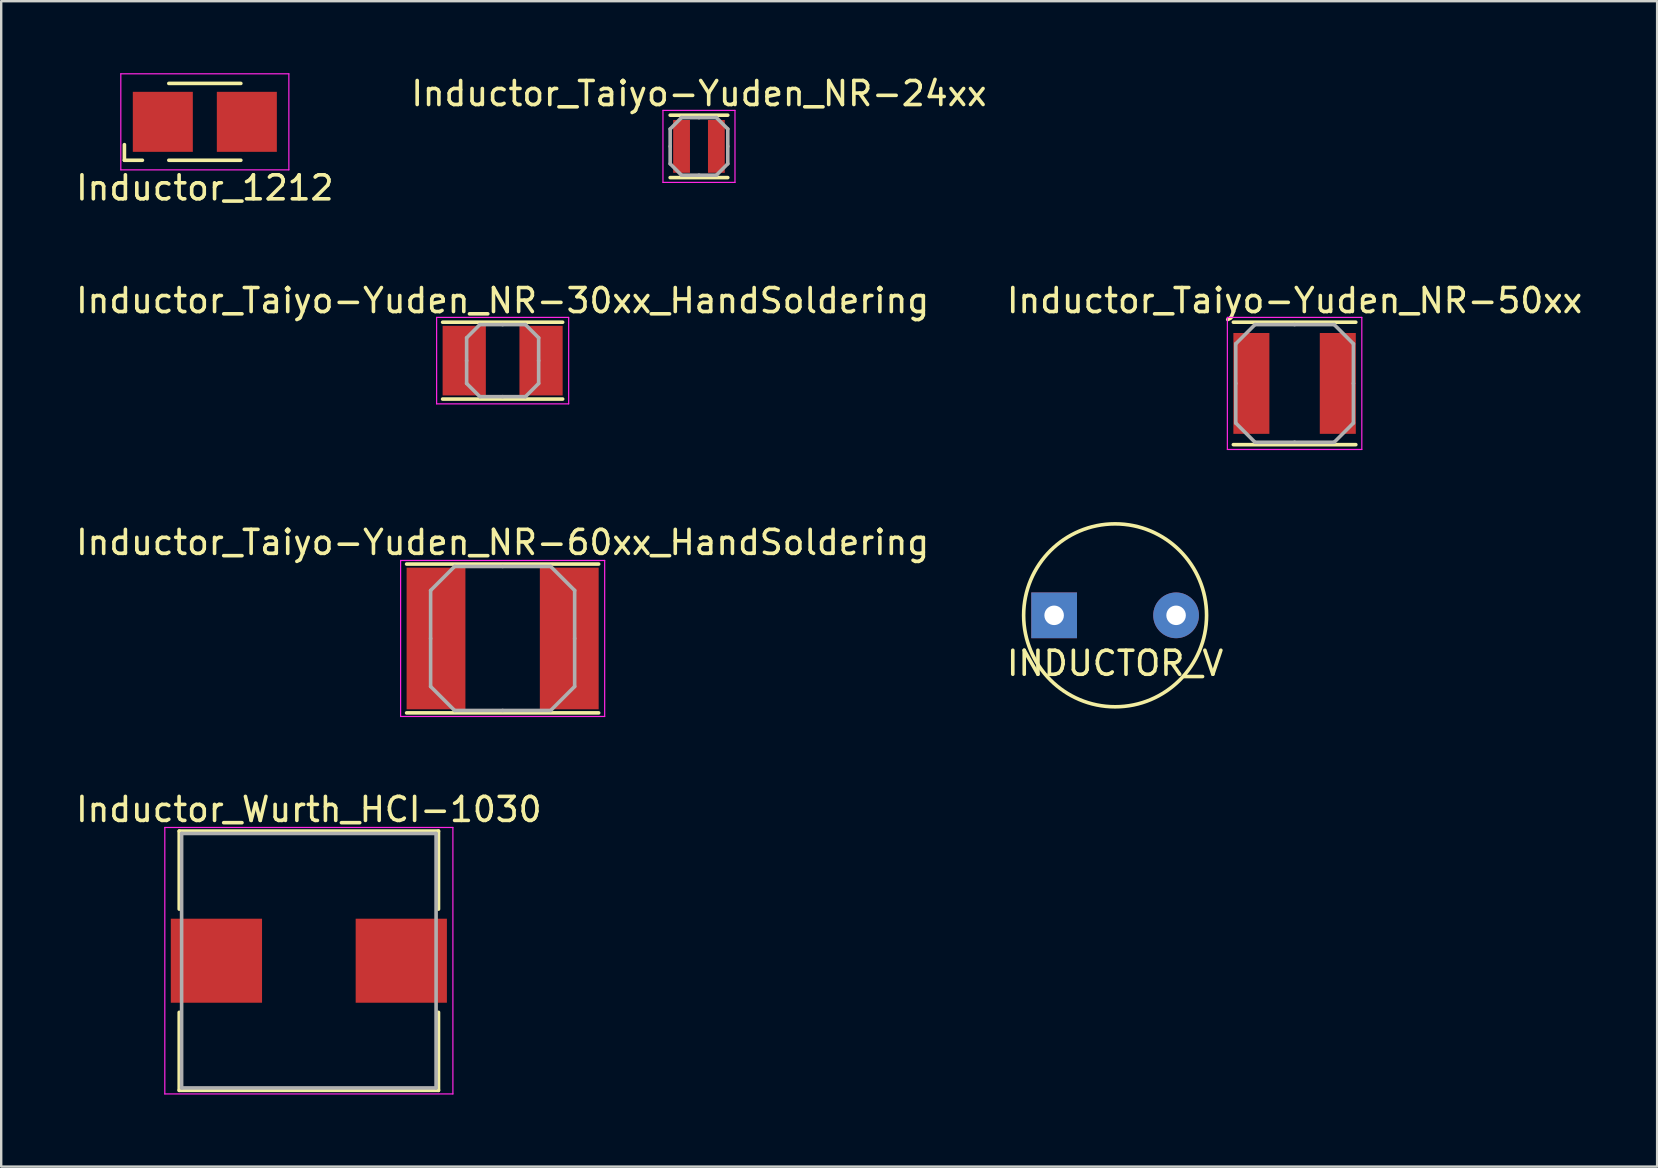
<source format=kicad_pcb>
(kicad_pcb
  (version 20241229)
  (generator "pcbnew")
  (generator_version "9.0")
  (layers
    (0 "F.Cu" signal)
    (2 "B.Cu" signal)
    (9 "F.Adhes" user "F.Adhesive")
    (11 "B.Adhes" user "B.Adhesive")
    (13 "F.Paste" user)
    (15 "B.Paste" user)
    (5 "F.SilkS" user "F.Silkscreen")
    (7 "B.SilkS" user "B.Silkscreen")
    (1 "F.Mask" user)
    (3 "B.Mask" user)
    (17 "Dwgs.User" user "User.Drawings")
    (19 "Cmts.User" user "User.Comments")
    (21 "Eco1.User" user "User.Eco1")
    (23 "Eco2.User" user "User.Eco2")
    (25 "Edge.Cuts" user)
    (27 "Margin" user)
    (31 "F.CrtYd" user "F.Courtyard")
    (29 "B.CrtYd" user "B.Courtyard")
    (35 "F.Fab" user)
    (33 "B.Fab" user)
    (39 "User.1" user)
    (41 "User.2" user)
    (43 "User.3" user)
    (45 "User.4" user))
  (footprint "Inductor_Taiyo-Yuden_NR-24xx"
    (layer "F.Cu")
    (at 26.065 3.048)
    (property "Reference" "Inductor_Taiyo-Yuden_NR-24xx" (at 0 -2.2 0) (layer "F.SilkS") (effects (font (size 1 1) (thickness 0.15))))
    (attr smd)
    (fp_line (start -1.2 -1.3) (end 1.2 -1.3) (stroke (width 0.15) (type solid)) (layer "F.SilkS"))
    (fp_line (start -1.2 1.3) (end 1.2 1.3) (stroke (width 0.15) (type solid)) (layer "F.SilkS"))
    (fp_line (start -1.5 -1.5) (end -1.5 1.5) (stroke (width 0.05) (type solid)) (layer "F.CrtYd"))
    (fp_line (start -1.5 1.5) (end 1.5 1.5) (stroke (width 0.05) (type solid)) (layer "F.CrtYd"))
    (fp_line (start 1.5 -1.5) (end -1.5 -1.5) (stroke (width 0.05) (type solid)) (layer "F.CrtYd"))
    (fp_line (start 1.5 1.5) (end 1.5 -1.5) (stroke (width 0.05) (type solid)) (layer "F.CrtYd"))
    (fp_line (start -1.2 -0.725) (end -0.725 -1.2) (stroke (width 0.15) (type solid)) (layer "F.Fab"))
    (fp_line (start -1.2 0) (end -1.2 -0.725) (stroke (width 0.15) (type solid)) (layer "F.Fab"))
    (fp_line (start -1.2 0) (end -1.2 0.725) (stroke (width 0.15) (type solid)) (layer "F.Fab"))
    (fp_line (start -1.2 0.725) (end -0.725 1.2) (stroke (width 0.15) (type solid)) (layer "F.Fab"))
    (fp_line (start -0.725 -1.2) (end 0 -1.2) (stroke (width 0.15) (type solid)) (layer "F.Fab"))
    (fp_line (start -0.725 1.2) (end 0 1.2) (stroke (width 0.15) (type solid)) (layer "F.Fab"))
    (fp_line (start 0.725 -1.2) (end 0 -1.2) (stroke (width 0.15) (type solid)) (layer "F.Fab"))
    (fp_line (start 0.725 1.2) (end 0 1.2) (stroke (width 0.15) (type solid)) (layer "F.Fab"))
    (fp_line (start 1.2 -0.725) (end 0.725 -1.2) (stroke (width 0.15) (type solid)) (layer "F.Fab"))
    (fp_line (start 1.2 0) (end 1.2 -0.725) (stroke (width 0.15) (type solid)) (layer "F.Fab"))
    (fp_line (start 1.2 0) (end 1.2 0.725) (stroke (width 0.15) (type solid)) (layer "F.Fab"))
    (fp_line (start 1.2 0.725) (end 0.725 1.2) (stroke (width 0.15) (type solid)) (layer "F.Fab"))
    (pad "1" smd rect (at -0.725 0) (size 0.7 2.2) (layers "F.Cu" "F.Mask" "F.Paste"))
    (pad "2" smd rect (at 0.725 0) (size 0.7 2.2) (layers "F.Cu" "F.Mask" "F.Paste")))
  (footprint "Inductor_1212"
    (layer "F.Cu")
    (at 5.482 2.025)
    (property "Reference" "Inductor_1212" (at 0 2.75 0) (layer "F.SilkS") (effects (font (size 1 1) (thickness 0.15))))
    (attr smd)
    (fp_line (start -3.35 1.6) (end -3.35 0.95) (stroke (width 0.15) (type solid)) (layer "F.SilkS"))
    (fp_line (start -2.6 1.6) (end -3.35 1.6) (stroke (width 0.15) (type solid)) (layer "F.SilkS"))
    (fp_line (start -1.5 -1.6) (end 1.5 -1.6) (stroke (width 0.15) (type solid)) (layer "F.SilkS"))
    (fp_line (start 1.5 1.6) (end -1.5 1.6) (stroke (width 0.15) (type solid)) (layer "F.SilkS"))
    (fp_line (start -3.5 -2) (end 3.5 -2) (stroke (width 0.05) (type solid)) (layer "F.CrtYd"))
    (fp_line (start -3.5 2) (end -3.5 -2) (stroke (width 0.05) (type solid)) (layer "F.CrtYd"))
    (fp_line (start 3.5 -2) (end 3.5 2) (stroke (width 0.05) (type solid)) (layer "F.CrtYd"))
    (fp_line (start 3.5 2) (end -3.5 2) (stroke (width 0.05) (type solid)) (layer "F.CrtYd"))
    (pad "1" smd rect (at -1.75 0) (size 2.5 2.5) (layers "F.Cu" "F.Mask" "F.Paste"))
    (pad "2" smd rect (at 1.75 0) (size 2.5 2.5) (layers "F.Cu" "F.Mask" "F.Paste")))
  (footprint "Inductor_Taiyo-Yuden_NR-60xx_HandSoldering"
    (layer "F.Cu")
    (at 17.887 23.545)
    (property "Reference" "Inductor_Taiyo-Yuden_NR-60xx_HandSoldering" (at 0 -4 0) (layer "F.SilkS") (effects (font (size 1 1) (thickness 0.15))))
    (attr smd)
    (fp_line (start -4 -3.1) (end 4 -3.1) (stroke (width 0.15) (type solid)) (layer "F.SilkS"))
    (fp_line (start -4 3.1) (end 4 3.1) (stroke (width 0.15) (type solid)) (layer "F.SilkS"))
    (fp_line (start -4.25 -3.25) (end -4.25 3.25) (stroke (width 0.05) (type solid)) (layer "F.CrtYd"))
    (fp_line (start -4.25 3.25) (end 4.25 3.25) (stroke (width 0.05) (type solid)) (layer "F.CrtYd"))
    (fp_line (start 4.25 -3.25) (end -4.25 -3.25) (stroke (width 0.05) (type solid)) (layer "F.CrtYd"))
    (fp_line (start 4.25 3.25) (end 4.25 -3.25) (stroke (width 0.05) (type solid)) (layer "F.CrtYd"))
    (fp_line (start -3 -2) (end -2 -3) (stroke (width 0.15) (type solid)) (layer "F.Fab"))
    (fp_line (start -3 0) (end -3 -2) (stroke (width 0.15) (type solid)) (layer "F.Fab"))
    (fp_line (start -3 0) (end -3 2) (stroke (width 0.15) (type solid)) (layer "F.Fab"))
    (fp_line (start -3 2) (end -2 3) (stroke (width 0.15) (type solid)) (layer "F.Fab"))
    (fp_line (start -2 -3) (end 0 -3) (stroke (width 0.15) (type solid)) (layer "F.Fab"))
    (fp_line (start -2 3) (end 0 3) (stroke (width 0.15) (type solid)) (layer "F.Fab"))
    (fp_line (start 2 -3) (end 0 -3) (stroke (width 0.15) (type solid)) (layer "F.Fab"))
    (fp_line (start 2 3) (end 0 3) (stroke (width 0.15) (type solid)) (layer "F.Fab"))
    (fp_line (start 3 -2) (end 2 -3) (stroke (width 0.15) (type solid)) (layer "F.Fab"))
    (fp_line (start 3 0) (end 3 -2) (stroke (width 0.15) (type solid)) (layer "F.Fab"))
    (fp_line (start 3 0) (end 3 2) (stroke (width 0.15) (type solid)) (layer "F.Fab"))
    (fp_line (start 3 2) (end 2 3) (stroke (width 0.15) (type solid)) (layer "F.Fab"))
    (pad "1" smd rect (at -2.775 0) (size 2.45 5.9) (layers "F.Cu" "F.Mask" "F.Paste"))
    (pad "2" smd rect (at 2.775 0) (size 2.45 5.9) (layers "F.Cu" "F.Mask" "F.Paste")))
  (footprint "Inductor_Taiyo-Yuden_NR-50xx"
    (layer "F.Cu")
    (at 50.875 12.921)
    (property "Reference" "Inductor_Taiyo-Yuden_NR-50xx" (at 0 -3.45 0) (layer "F.SilkS") (effects (font (size 1 1) (thickness 0.15))))
    (attr smd)
    (fp_line (start -2.55 -2.55) (end 2.55 -2.55) (stroke (width 0.15) (type solid)) (layer "F.SilkS"))
    (fp_line (start -2.55 2.55) (end 2.55 2.55) (stroke (width 0.15) (type solid)) (layer "F.SilkS"))
    (fp_line (start -2.8 -2.75) (end -2.8 2.75) (stroke (width 0.05) (type solid)) (layer "F.CrtYd"))
    (fp_line (start -2.8 2.75) (end 2.8 2.75) (stroke (width 0.05) (type solid)) (layer "F.CrtYd"))
    (fp_line (start 2.8 -2.75) (end -2.8 -2.75) (stroke (width 0.05) (type solid)) (layer "F.CrtYd"))
    (fp_line (start 2.8 2.75) (end 2.8 -2.75) (stroke (width 0.05) (type solid)) (layer "F.CrtYd"))
    (fp_line (start -2.45 -1.65) (end -1.65 -2.45) (stroke (width 0.15) (type solid)) (layer "F.Fab"))
    (fp_line (start -2.45 0) (end -2.45 -1.65) (stroke (width 0.15) (type solid)) (layer "F.Fab"))
    (fp_line (start -2.45 0) (end -2.45 1.65) (stroke (width 0.15) (type solid)) (layer "F.Fab"))
    (fp_line (start -2.45 1.65) (end -1.65 2.45) (stroke (width 0.15) (type solid)) (layer "F.Fab"))
    (fp_line (start -1.65 -2.45) (end 0 -2.45) (stroke (width 0.15) (type solid)) (layer "F.Fab"))
    (fp_line (start -1.65 2.45) (end 0 2.45) (stroke (width 0.15) (type solid)) (layer "F.Fab"))
    (fp_line (start 1.65 -2.45) (end 0 -2.45) (stroke (width 0.15) (type solid)) (layer "F.Fab"))
    (fp_line (start 1.65 2.45) (end 0 2.45) (stroke (width 0.15) (type solid)) (layer "F.Fab"))
    (fp_line (start 2.45 -1.65) (end 1.65 -2.45) (stroke (width 0.15) (type solid)) (layer "F.Fab"))
    (fp_line (start 2.45 0) (end 2.45 -1.65) (stroke (width 0.15) (type solid)) (layer "F.Fab"))
    (fp_line (start 2.45 0) (end 2.45 1.65) (stroke (width 0.15) (type solid)) (layer "F.Fab"))
    (fp_line (start 2.45 1.65) (end 1.65 2.45) (stroke (width 0.15) (type solid)) (layer "F.Fab"))
    (pad "1" smd rect (at -1.8 0) (size 1.5 4.2) (layers "F.Cu" "F.Mask" "F.Paste"))
    (pad "2" smd rect (at 1.8 0) (size 1.5 4.2) (layers "F.Cu" "F.Mask" "F.Paste")))
  (footprint "Inductor_Wurth_HCI-1030"
    (layer "F.Cu")
    (at 9.815 36.968)
    (property "Reference" "Inductor_Wurth_HCI-1030" (at 0 -6.3 0) (layer "F.SilkS") (effects (font (size 1 1) (thickness 0.15))))
    (attr smd)
    (fp_line (start -5.4 -5.4) (end 5.4 -5.4) (stroke (width 0.15) (type solid)) (layer "F.SilkS"))
    (fp_line (start -5.4 -2.15) (end -5.4 -5.4) (stroke (width 0.15) (type solid)) (layer "F.SilkS"))
    (fp_line (start -5.4 2.15) (end -5.4 5.4) (stroke (width 0.15) (type solid)) (layer "F.SilkS"))
    (fp_line (start -5.4 5.4) (end 5.4 5.4) (stroke (width 0.15) (type solid)) (layer "F.SilkS"))
    (fp_line (start 5.4 -5.4) (end 5.4 -2.15) (stroke (width 0.15) (type solid)) (layer "F.SilkS"))
    (fp_line (start 5.4 5.4) (end 5.4 2.15) (stroke (width 0.15) (type solid)) (layer "F.SilkS"))
    (fp_line (start -6 -5.55) (end -6 5.55) (stroke (width 0.05) (type solid)) (layer "F.CrtYd"))
    (fp_line (start -6 5.55) (end 6 5.55) (stroke (width 0.05) (type solid)) (layer "F.CrtYd"))
    (fp_line (start 6 -5.55) (end -6 -5.55) (stroke (width 0.05) (type solid)) (layer "F.CrtYd"))
    (fp_line (start 6 5.55) (end 6 -5.55) (stroke (width 0.05) (type solid)) (layer "F.CrtYd"))
    (fp_line (start -5.3 -5.3) (end -5.3 5.3) (stroke (width 0.15) (type solid)) (layer "F.Fab"))
    (fp_line (start -5.3 5.3) (end 5.3 5.3) (stroke (width 0.15) (type solid)) (layer "F.Fab"))
    (fp_line (start 5.3 -5.3) (end -5.3 -5.3) (stroke (width 0.15) (type solid)) (layer "F.Fab"))
    (fp_line (start 5.3 5.3) (end 5.3 -5.3) (stroke (width 0.15) (type solid)) (layer "F.Fab"))
    (pad "1" smd rect (at -3.85 0) (size 3.8 3.5) (layers "F.Cu" "F.Mask" "F.Paste"))
    (pad "2" smd rect (at 3.85 0) (size 3.8 3.5) (layers "F.Cu" "F.Mask" "F.Paste")))
  (footprint "INDUCTOR_V"
    (layer "F.Cu")
    (at 43.399 22.581)
    (property "Reference" "INDUCTOR_V" (at 0 1.999 0) (layer "F.SilkS") (effects (font (size 1 1) (thickness 0.15))))
    (attr through_hole)
    (fp_circle (center 0 0) (end 3.81 0) (stroke (width 0.15) (type solid)) (fill no) (layer "F.SilkS"))
    (pad "1" thru_hole rect (at -2.54 0) (size 1.905 1.905) (drill 0.813) (layers "*.Cu" "*.Mask"))
    (pad "2" thru_hole circle (at 2.54 0) (size 1.905 1.905) (drill 0.813) (layers "*.Cu" "*.Mask")))
  (footprint "Inductor_Taiyo-Yuden_NR-30xx_HandSoldering"
    (layer "F.Cu")
    (at 17.887 11.972)
    (property "Reference" "Inductor_Taiyo-Yuden_NR-30xx_HandSoldering" (at 0 -2.5 0) (layer "F.SilkS") (effects (font (size 1 1) (thickness 0.15))))
    (attr smd)
    (fp_line (start -2.5 -1.6) (end 2.5 -1.6) (stroke (width 0.15) (type solid)) (layer "F.SilkS"))
    (fp_line (start -2.5 1.6) (end 2.5 1.6) (stroke (width 0.15) (type solid)) (layer "F.SilkS"))
    (fp_line (start -2.75 -1.8) (end -2.75 1.8) (stroke (width 0.05) (type solid)) (layer "F.CrtYd"))
    (fp_line (start -2.75 1.8) (end 2.75 1.8) (stroke (width 0.05) (type solid)) (layer "F.CrtYd"))
    (fp_line (start 2.75 -1.8) (end -2.75 -1.8) (stroke (width 0.05) (type solid)) (layer "F.CrtYd"))
    (fp_line (start 2.75 1.8) (end 2.75 -1.8) (stroke (width 0.05) (type solid)) (layer "F.CrtYd"))
    (fp_line (start -1.5 -0.95) (end -0.95 -1.5) (stroke (width 0.15) (type solid)) (layer "F.Fab"))
    (fp_line (start -1.5 0) (end -1.5 -0.95) (stroke (width 0.15) (type solid)) (layer "F.Fab"))
    (fp_line (start -1.5 0) (end -1.5 0.95) (stroke (width 0.15) (type solid)) (layer "F.Fab"))
    (fp_line (start -1.5 0.95) (end -0.95 1.5) (stroke (width 0.15) (type solid)) (layer "F.Fab"))
    (fp_line (start -0.95 -1.5) (end 0 -1.5) (stroke (width 0.15) (type solid)) (layer "F.Fab"))
    (fp_line (start -0.95 1.5) (end 0 1.5) (stroke (width 0.15) (type solid)) (layer "F.Fab"))
    (fp_line (start 0.95 -1.5) (end 0 -1.5) (stroke (width 0.15) (type solid)) (layer "F.Fab"))
    (fp_line (start 0.95 1.5) (end 0 1.5) (stroke (width 0.15) (type solid)) (layer "F.Fab"))
    (fp_line (start 1.5 -0.95) (end 0.95 -1.5) (stroke (width 0.15) (type solid)) (layer "F.Fab"))
    (fp_line (start 1.5 0) (end 1.5 -0.95) (stroke (width 0.15) (type solid)) (layer "F.Fab"))
    (fp_line (start 1.5 0) (end 1.5 0.95) (stroke (width 0.15) (type solid)) (layer "F.Fab"))
    (fp_line (start 1.5 0.95) (end 0.95 1.5) (stroke (width 0.15) (type solid)) (layer "F.Fab"))
    (pad "1" smd rect (at -1.6 0) (size 1.8 2.9) (layers "F.Cu" "F.Mask" "F.Paste"))
    (pad "2" smd rect (at 1.6 0) (size 1.8 2.9) (layers "F.Cu" "F.Mask" "F.Paste")))
  (gr_rect
    (start -3 -3)
    (end 65.976 45.543)
    (stroke (width 0.1) (type default))
    (fill no)
    (layer "Edge.Cuts")))
</source>
